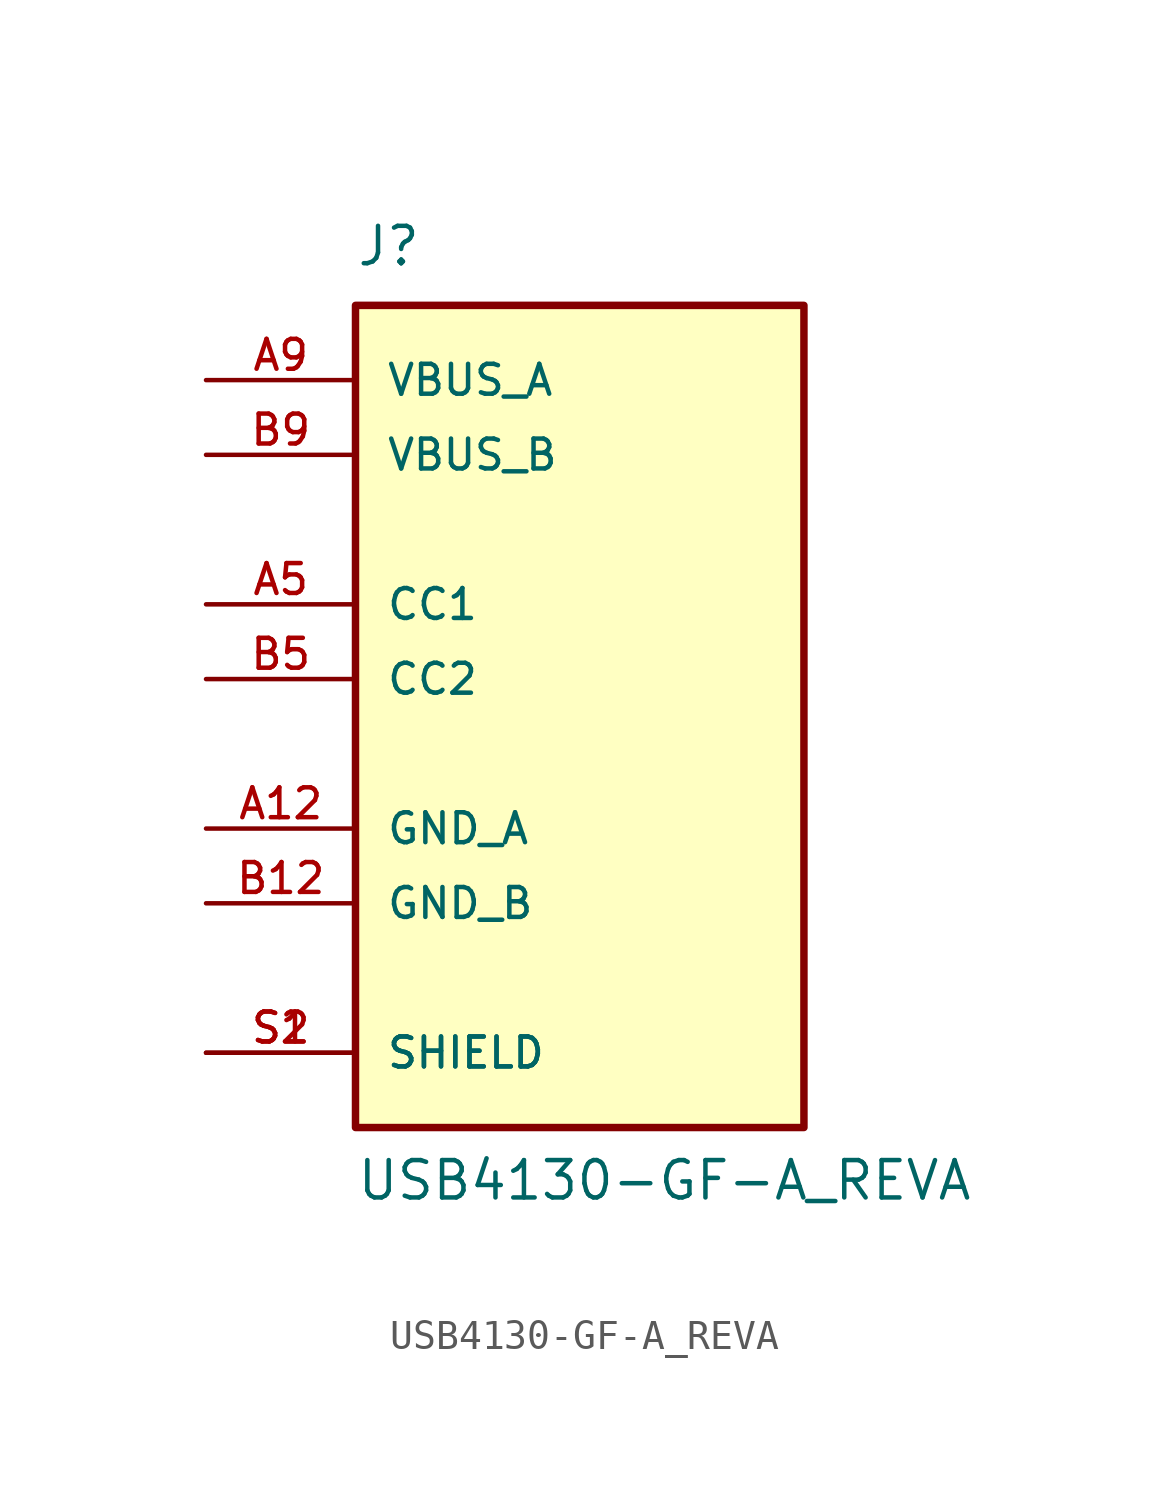
<source format=kicad_sym>
(kicad_symbol_lib
  (version 20211014)
  (generator kicad_symbol_editor)
  (symbol "USB4130-GF-A_REVA"
    (pin_names
      (offset 1.016))
    (property "Reference" "J"
      (at -7.62 13.97 0)
      (effects (font (size 1.27 1.27)) (justify bottom left)))
    (property "Value" "USB4130-GF-A_REVA"
      (at -7.62 -17.78 0)
      (effects (font (size 1.27 1.27)) (justify bottom left)))
    (symbol "USB4130-GF-A_REVA_0_0"
      (rectangle (start -7.62 -15.24) (end 7.62 12.7) (stroke (width 0.254)) (fill (type background)))
      (pin power_in line (at -12.7 10.16 0) (length 5.08) (name "VBUS_A" (effects (font (size 1.016 1.016)))) (number "A9" (effects (font (size 1.016 1.016)))))
      (pin power_in line (at -12.7 7.62 0) (length 5.08) (name "VBUS_B" (effects (font (size 1.016 1.016)))) (number "B9" (effects (font (size 1.016 1.016)))))
      (pin passive line (at -12.7 2.54 0) (length 5.08) (name "CC1" (effects (font (size 1.016 1.016)))) (number "A5" (effects (font (size 1.016 1.016)))))
      (pin passive line (at -12.7 0.0 0) (length 5.08) (name "CC2" (effects (font (size 1.016 1.016)))) (number "B5" (effects (font (size 1.016 1.016)))))
      (pin power_in line (at -12.7 -5.08 0) (length 5.08) (name "GND_A" (effects (font (size 1.016 1.016)))) (number "A12" (effects (font (size 1.016 1.016)))))
      (pin power_in line (at -12.7 -7.62 0) (length 5.08) (name "GND_B" (effects (font (size 1.016 1.016)))) (number "B12" (effects (font (size 1.016 1.016)))))
      (pin passive line (at -12.7 -12.7 0) (length 5.08) (name "SHIELD" (effects (font (size 1.016 1.016)))) (number "S1" (effects (font (size 1.016 1.016)))))
      (pin passive line (at -12.7 -12.7 0) (length 5.08) (name "SHIELD" (effects (font (size 1.016 1.016)))) (number "S2" (effects (font (size 1.016 1.016))))))))
</source>
